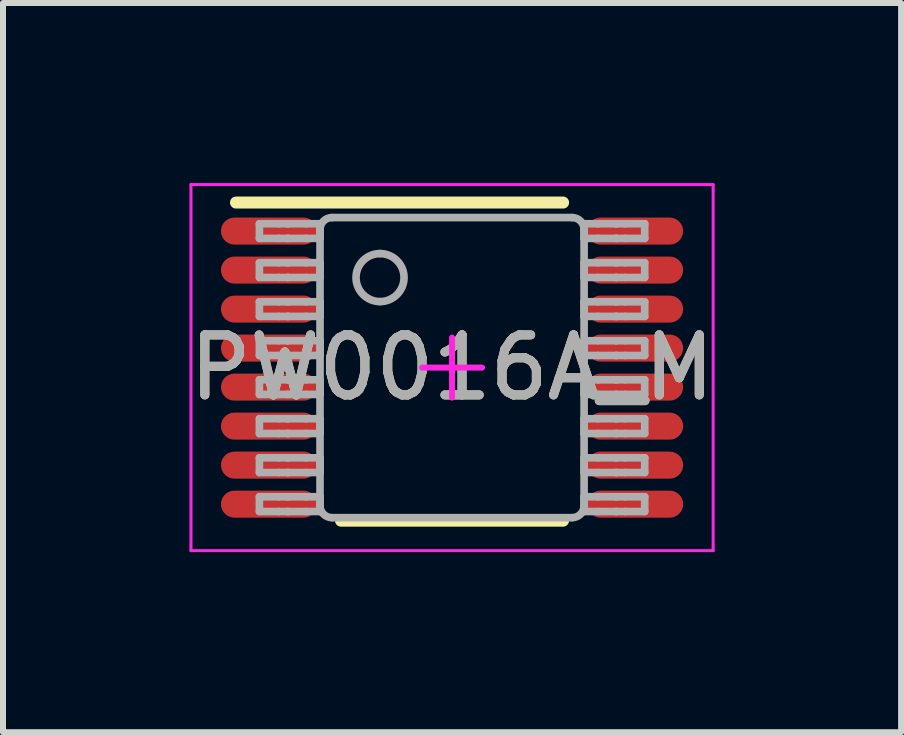
<source format=kicad_pcb>
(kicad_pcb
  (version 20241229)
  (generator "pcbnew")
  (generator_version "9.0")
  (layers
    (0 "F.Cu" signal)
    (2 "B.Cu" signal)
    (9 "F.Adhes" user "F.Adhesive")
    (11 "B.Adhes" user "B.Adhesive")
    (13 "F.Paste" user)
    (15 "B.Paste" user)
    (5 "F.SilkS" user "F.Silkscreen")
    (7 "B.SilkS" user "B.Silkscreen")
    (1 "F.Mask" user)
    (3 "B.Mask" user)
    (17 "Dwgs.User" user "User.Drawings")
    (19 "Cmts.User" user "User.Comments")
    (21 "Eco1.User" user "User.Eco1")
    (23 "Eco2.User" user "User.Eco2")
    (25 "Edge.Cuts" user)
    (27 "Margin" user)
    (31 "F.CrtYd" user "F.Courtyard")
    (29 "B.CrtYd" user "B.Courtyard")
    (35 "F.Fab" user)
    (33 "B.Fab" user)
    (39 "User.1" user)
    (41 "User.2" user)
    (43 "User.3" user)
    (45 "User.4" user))
  (footprint "PW0016A_M"
    (layer "F.Cu")
    (at 4.482 3.075)
    (property "Reference" "PW0016A_M" (at 0 0 0) (unlocked yes) (layer "F.SilkS") (effects (font (size 1 1) (thickness 0.15))))
    (attr smd)
    (fp_line (start -3.6 -2.75) (end 1.85 -2.75) (stroke (width 0.2) (type solid)) (layer "F.SilkS"))
    (fp_line (start -1.85 2.55) (end 1.85 2.55) (stroke (width 0.2) (type solid)) (layer "F.SilkS"))
    (fp_line (start -4.35 -3.05) (end 4.35 -3.05) (stroke (width 0.05) (type solid)) (layer "F.CrtYd"))
    (fp_line (start -4.35 3.05) (end -4.35 -3.05) (stroke (width 0.05) (type solid)) (layer "F.CrtYd"))
    (fp_line (start -4.35 3.05) (end 4.35 3.05) (stroke (width 0.05) (type solid)) (layer "F.CrtYd"))
    (fp_line (start -0.5 0) (end 0.5 0) (stroke (width 0.1) (type solid)) (layer "F.CrtYd"))
    (fp_line (start -0.000003 0.5) (end -0.000003 -0.5) (stroke (width 0.1) (type solid)) (layer "F.CrtYd"))
    (fp_line (start 4.35 3.05) (end 4.35 -3.05) (stroke (width 0.05) (type solid)) (layer "F.CrtYd"))
    (fp_line (start -3.21 -2.397) (end -2.887 -2.397) (stroke (width 0.127) (type solid)) (layer "F.Fab"))
    (fp_line (start -3.21 -2.153) (end -3.21 -2.397) (stroke (width 0.127) (type solid)) (layer "F.Fab"))
    (fp_line (start -3.21 -2.153) (end -2.887 -2.153) (stroke (width 0.127) (type solid)) (layer "F.Fab"))
    (fp_line (start -3.21 -1.748) (end -2.887 -1.748) (stroke (width 0.127) (type solid)) (layer "F.Fab"))
    (fp_line (start -3.21 -1.502) (end -3.21 -1.748) (stroke (width 0.127) (type solid)) (layer "F.Fab"))
    (fp_line (start -3.21 -1.502) (end -2.887 -1.502) (stroke (width 0.127) (type solid)) (layer "F.Fab"))
    (fp_line (start -3.21 -1.097) (end -2.887 -1.097) (stroke (width 0.127) (type solid)) (layer "F.Fab"))
    (fp_line (start -3.21 -0.853) (end -3.21 -1.097) (stroke (width 0.127) (type solid)) (layer "F.Fab"))
    (fp_line (start -3.21 -0.853) (end -2.887 -0.853) (stroke (width 0.127) (type solid)) (layer "F.Fab"))
    (fp_line (start -3.21 -0.448) (end -2.887 -0.448) (stroke (width 0.127) (type solid)) (layer "F.Fab"))
    (fp_line (start -3.21 -0.202) (end -3.21 -0.448) (stroke (width 0.127) (type solid)) (layer "F.Fab"))
    (fp_line (start -3.21 -0.202) (end -2.887 -0.202) (stroke (width 0.127) (type solid)) (layer "F.Fab"))
    (fp_line (start -3.21 0.203) (end -2.887 0.203) (stroke (width 0.127) (type solid)) (layer "F.Fab"))
    (fp_line (start -3.21 0.447) (end -3.21 0.203) (stroke (width 0.127) (type solid)) (layer "F.Fab"))
    (fp_line (start -3.21 0.447) (end -2.887 0.447) (stroke (width 0.127) (type solid)) (layer "F.Fab"))
    (fp_line (start -3.21 0.852) (end -2.887 0.852) (stroke (width 0.127) (type solid)) (layer "F.Fab"))
    (fp_line (start -3.21 1.098) (end -3.21 0.852) (stroke (width 0.127) (type solid)) (layer "F.Fab"))
    (fp_line (start -3.21 1.098) (end -2.887 1.098) (stroke (width 0.127) (type solid)) (layer "F.Fab"))
    (fp_line (start -3.21 1.503) (end -2.887 1.503) (stroke (width 0.127) (type solid)) (layer "F.Fab"))
    (fp_line (start -3.21 1.748) (end -3.21 1.503) (stroke (width 0.127) (type solid)) (layer "F.Fab"))
    (fp_line (start -3.21 1.748) (end -2.887 1.748) (stroke (width 0.127) (type solid)) (layer "F.Fab"))
    (fp_line (start -3.21 2.152) (end -2.887 2.152) (stroke (width 0.127) (type solid)) (layer "F.Fab"))
    (fp_line (start -3.21 2.398) (end -3.21 2.152) (stroke (width 0.127) (type solid)) (layer "F.Fab"))
    (fp_line (start -3.21 2.398) (end -2.887 2.398) (stroke (width 0.127) (type solid)) (layer "F.Fab"))
    (fp_line (start -2.887 -2.397) (end -2.739 -2.397) (stroke (width 0.127) (type solid)) (layer "F.Fab"))
    (fp_line (start -2.887 -2.153) (end -2.739 -2.153) (stroke (width 0.127) (type solid)) (layer "F.Fab"))
    (fp_line (start -2.887 -1.748) (end -2.739 -1.748) (stroke (width 0.127) (type solid)) (layer "F.Fab"))
    (fp_line (start -2.887 -1.502) (end -2.739 -1.502) (stroke (width 0.127) (type solid)) (layer "F.Fab"))
    (fp_line (start -2.887 -1.097) (end -2.739 -1.097) (stroke (width 0.127) (type solid)) (layer "F.Fab"))
    (fp_line (start -2.887 -0.853) (end -2.739 -0.853) (stroke (width 0.127) (type solid)) (layer "F.Fab"))
    (fp_line (start -2.887 -0.448) (end -2.739 -0.448) (stroke (width 0.127) (type solid)) (layer "F.Fab"))
    (fp_line (start -2.887 -0.202) (end -2.739 -0.202) (stroke (width 0.127) (type solid)) (layer "F.Fab"))
    (fp_line (start -2.887 0.203) (end -2.739 0.203) (stroke (width 0.127) (type solid)) (layer "F.Fab"))
    (fp_line (start -2.887 0.447) (end -2.739 0.447) (stroke (width 0.127) (type solid)) (layer "F.Fab"))
    (fp_line (start -2.887 0.852) (end -2.739 0.852) (stroke (width 0.127) (type solid)) (layer "F.Fab"))
    (fp_line (start -2.887 1.098) (end -2.739 1.098) (stroke (width 0.127) (type solid)) (layer "F.Fab"))
    (fp_line (start -2.887 1.503) (end -2.739 1.503) (stroke (width 0.127) (type solid)) (layer "F.Fab"))
    (fp_line (start -2.887 1.748) (end -2.739 1.748) (stroke (width 0.127) (type solid)) (layer "F.Fab"))
    (fp_line (start -2.887 2.152) (end -2.739 2.152) (stroke (width 0.127) (type solid)) (layer "F.Fab"))
    (fp_line (start -2.887 2.398) (end -2.739 2.398) (stroke (width 0.127) (type solid)) (layer "F.Fab"))
    (fp_line (start -2.739 -2.397) (end -2.733 -2.397) (stroke (width 0.127) (type solid)) (layer "F.Fab"))
    (fp_line (start -2.739 -2.153) (end -2.733 -2.153) (stroke (width 0.127) (type solid)) (layer "F.Fab"))
    (fp_line (start -2.739 -1.748) (end -2.733 -1.748) (stroke (width 0.127) (type solid)) (layer "F.Fab"))
    (fp_line (start -2.739 -1.502) (end -2.733 -1.502) (stroke (width 0.127) (type solid)) (layer "F.Fab"))
    (fp_line (start -2.739 -1.097) (end -2.733 -1.097) (stroke (width 0.127) (type solid)) (layer "F.Fab"))
    (fp_line (start -2.739 -0.853) (end -2.733 -0.853) (stroke (width 0.127) (type solid)) (layer "F.Fab"))
    (fp_line (start -2.739 -0.448) (end -2.733 -0.448) (stroke (width 0.127) (type solid)) (layer "F.Fab"))
    (fp_line (start -2.739 -0.202) (end -2.733 -0.202) (stroke (width 0.127) (type solid)) (layer "F.Fab"))
    (fp_line (start -2.739 0.203) (end -2.733 0.203) (stroke (width 0.127) (type solid)) (layer "F.Fab"))
    (fp_line (start -2.739 0.447) (end -2.733 0.447) (stroke (width 0.127) (type solid)) (layer "F.Fab"))
    (fp_line (start -2.739 0.852) (end -2.733 0.852) (stroke (width 0.127) (type solid)) (layer "F.Fab"))
    (fp_line (start -2.739 1.098) (end -2.733 1.098) (stroke (width 0.127) (type solid)) (layer "F.Fab"))
    (fp_line (start -2.739 1.503) (end -2.733 1.503) (stroke (width 0.127) (type solid)) (layer "F.Fab"))
    (fp_line (start -2.739 1.748) (end -2.733 1.748) (stroke (width 0.127) (type solid)) (layer "F.Fab"))
    (fp_line (start -2.739 2.152) (end -2.733 2.152) (stroke (width 0.127) (type solid)) (layer "F.Fab"))
    (fp_line (start -2.739 2.398) (end -2.733 2.398) (stroke (width 0.127) (type solid)) (layer "F.Fab"))
    (fp_line (start -2.733 -2.397) (end -2.431 -2.397) (stroke (width 0.127) (type solid)) (layer "F.Fab"))
    (fp_line (start -2.733 -2.153) (end -2.431 -2.153) (stroke (width 0.127) (type solid)) (layer "F.Fab"))
    (fp_line (start -2.733 -1.748) (end -2.431 -1.748) (stroke (width 0.127) (type solid)) (layer "F.Fab"))
    (fp_line (start -2.733 -1.502) (end -2.431 -1.502) (stroke (width 0.127) (type solid)) (layer "F.Fab"))
    (fp_line (start -2.733 -1.097) (end -2.431 -1.097) (stroke (width 0.127) (type solid)) (layer "F.Fab"))
    (fp_line (start -2.733 -0.853) (end -2.431 -0.853) (stroke (width 0.127) (type solid)) (layer "F.Fab"))
    (fp_line (start -2.733 -0.448) (end -2.431 -0.448) (stroke (width 0.127) (type solid)) (layer "F.Fab"))
    (fp_line (start -2.733 -0.202) (end -2.431 -0.202) (stroke (width 0.127) (type solid)) (layer "F.Fab"))
    (fp_line (start -2.733 0.203) (end -2.431 0.203) (stroke (width 0.127) (type solid)) (layer "F.Fab"))
    (fp_line (start -2.733 0.447) (end -2.431 0.447) (stroke (width 0.127) (type solid)) (layer "F.Fab"))
    (fp_line (start -2.733 0.852) (end -2.431 0.852) (stroke (width 0.127) (type solid)) (layer "F.Fab"))
    (fp_line (start -2.733 1.098) (end -2.431 1.098) (stroke (width 0.127) (type solid)) (layer "F.Fab"))
    (fp_line (start -2.733 1.503) (end -2.431 1.503) (stroke (width 0.127) (type solid)) (layer "F.Fab"))
    (fp_line (start -2.733 1.748) (end -2.431 1.748) (stroke (width 0.127) (type solid)) (layer "F.Fab"))
    (fp_line (start -2.733 2.152) (end -2.431 2.152) (stroke (width 0.127) (type solid)) (layer "F.Fab"))
    (fp_line (start -2.733 2.398) (end -2.431 2.398) (stroke (width 0.127) (type solid)) (layer "F.Fab"))
    (fp_line (start -2.431 -2.397) (end -2.2 -2.397) (stroke (width 0.127) (type solid)) (layer "F.Fab"))
    (fp_line (start -2.431 -2.153) (end -2.2 -2.153) (stroke (width 0.127) (type solid)) (layer "F.Fab"))
    (fp_line (start -2.431 -1.748) (end -2.2 -1.748) (stroke (width 0.127) (type solid)) (layer "F.Fab"))
    (fp_line (start -2.431 -1.502) (end -2.2 -1.502) (stroke (width 0.127) (type solid)) (layer "F.Fab"))
    (fp_line (start -2.431 -1.097) (end -2.2 -1.097) (stroke (width 0.127) (type solid)) (layer "F.Fab"))
    (fp_line (start -2.431 -0.853) (end -2.2 -0.853) (stroke (width 0.127) (type solid)) (layer "F.Fab"))
    (fp_line (start -2.431 -0.448) (end -2.2 -0.448) (stroke (width 0.127) (type solid)) (layer "F.Fab"))
    (fp_line (start -2.431 -0.202) (end -2.2 -0.202) (stroke (width 0.127) (type solid)) (layer "F.Fab"))
    (fp_line (start -2.431 0.203) (end -2.2 0.203) (stroke (width 0.127) (type solid)) (layer "F.Fab"))
    (fp_line (start -2.431 0.447) (end -2.2 0.447) (stroke (width 0.127) (type solid)) (layer "F.Fab"))
    (fp_line (start -2.431 0.852) (end -2.2 0.852) (stroke (width 0.127) (type solid)) (layer "F.Fab"))
    (fp_line (start -2.431 1.098) (end -2.2 1.098) (stroke (width 0.127) (type solid)) (layer "F.Fab"))
    (fp_line (start -2.431 1.503) (end -2.2 1.503) (stroke (width 0.127) (type solid)) (layer "F.Fab"))
    (fp_line (start -2.431 1.748) (end -2.2 1.748) (stroke (width 0.127) (type solid)) (layer "F.Fab"))
    (fp_line (start -2.431 2.152) (end -2.2 2.152) (stroke (width 0.127) (type solid)) (layer "F.Fab"))
    (fp_line (start -2.431 2.398) (end -2.2 2.398) (stroke (width 0.127) (type solid)) (layer "F.Fab"))
    (fp_line (start -2.2 -2.153) (end -2.2 -2.397) (stroke (width 0.127) (type solid)) (layer "F.Fab"))
    (fp_line (start -2.2 -1.502) (end -2.2 -1.748) (stroke (width 0.127) (type solid)) (layer "F.Fab"))
    (fp_line (start -2.2 -0.853) (end -2.2 -1.097) (stroke (width 0.127) (type solid)) (layer "F.Fab"))
    (fp_line (start -2.2 -0.202) (end -2.2 -0.448) (stroke (width 0.127) (type solid)) (layer "F.Fab"))
    (fp_line (start -2.2 0.447) (end -2.2 0.203) (stroke (width 0.127) (type solid)) (layer "F.Fab"))
    (fp_line (start -2.2 1.098) (end -2.2 0.852) (stroke (width 0.127) (type solid)) (layer "F.Fab"))
    (fp_line (start -2.2 1.748) (end -2.2 1.503) (stroke (width 0.127) (type solid)) (layer "F.Fab"))
    (fp_line (start -2.2 2.3) (end -2.2 -2.3) (stroke (width 0.127) (type solid)) (layer "F.Fab"))
    (fp_line (start -2.2 2.398) (end -2.2 2.152) (stroke (width 0.127) (type solid)) (layer "F.Fab"))
    (fp_line (start -2 -2.5) (end 2 -2.5) (stroke (width 0.127) (type solid)) (layer "F.Fab"))
    (fp_line (start -2 2.5) (end 2 2.5) (stroke (width 0.127) (type solid)) (layer "F.Fab"))
    (fp_line (start 2.2 -2.397) (end 2.43 -2.397) (stroke (width 0.127) (type solid)) (layer "F.Fab"))
    (fp_line (start 2.2 -2.153) (end 2.2 -2.397) (stroke (width 0.127) (type solid)) (layer "F.Fab"))
    (fp_line (start 2.2 -2.153) (end 2.43 -2.153) (stroke (width 0.127) (type solid)) (layer "F.Fab"))
    (fp_line (start 2.2 -1.748) (end 2.43 -1.748) (stroke (width 0.127) (type solid)) (layer "F.Fab"))
    (fp_line (start 2.2 -1.502) (end 2.2 -1.748) (stroke (width 0.127) (type solid)) (layer "F.Fab"))
    (fp_line (start 2.2 -1.502) (end 2.43 -1.502) (stroke (width 0.127) (type solid)) (layer "F.Fab"))
    (fp_line (start 2.2 -1.097) (end 2.43 -1.097) (stroke (width 0.127) (type solid)) (layer "F.Fab"))
    (fp_line (start 2.2 -0.853) (end 2.2 -1.097) (stroke (width 0.127) (type solid)) (layer "F.Fab"))
    (fp_line (start 2.2 -0.853) (end 2.43 -0.853) (stroke (width 0.127) (type solid)) (layer "F.Fab"))
    (fp_line (start 2.2 -0.448) (end 2.43 -0.448) (stroke (width 0.127) (type solid)) (layer "F.Fab"))
    (fp_line (start 2.2 -0.202) (end 2.2 -0.448) (stroke (width 0.127) (type solid)) (layer "F.Fab"))
    (fp_line (start 2.2 -0.202) (end 2.43 -0.202) (stroke (width 0.127) (type solid)) (layer "F.Fab"))
    (fp_line (start 2.2 0.203) (end 2.43 0.203) (stroke (width 0.127) (type solid)) (layer "F.Fab"))
    (fp_line (start 2.2 0.447) (end 2.2 0.203) (stroke (width 0.127) (type solid)) (layer "F.Fab"))
    (fp_line (start 2.2 0.447) (end 2.43 0.447) (stroke (width 0.127) (type solid)) (layer "F.Fab"))
    (fp_line (start 2.2 0.852) (end 2.43 0.852) (stroke (width 0.127) (type solid)) (layer "F.Fab"))
    (fp_line (start 2.2 1.098) (end 2.2 0.852) (stroke (width 0.127) (type solid)) (layer "F.Fab"))
    (fp_line (start 2.2 1.098) (end 2.43 1.098) (stroke (width 0.127) (type solid)) (layer "F.Fab"))
    (fp_line (start 2.2 1.503) (end 2.43 1.503) (stroke (width 0.127) (type solid)) (layer "F.Fab"))
    (fp_line (start 2.2 1.748) (end 2.2 1.503) (stroke (width 0.127) (type solid)) (layer "F.Fab"))
    (fp_line (start 2.2 1.748) (end 2.43 1.748) (stroke (width 0.127) (type solid)) (layer "F.Fab"))
    (fp_line (start 2.2 2.152) (end 2.43 2.152) (stroke (width 0.127) (type solid)) (layer "F.Fab"))
    (fp_line (start 2.2 2.3) (end 2.2 -2.3) (stroke (width 0.127) (type solid)) (layer "F.Fab"))
    (fp_line (start 2.2 2.398) (end 2.2 2.152) (stroke (width 0.127) (type solid)) (layer "F.Fab"))
    (fp_line (start 2.2 2.398) (end 2.43 2.398) (stroke (width 0.127) (type solid)) (layer "F.Fab"))
    (fp_line (start 2.43 -2.397) (end 2.733 -2.397) (stroke (width 0.127) (type solid)) (layer "F.Fab"))
    (fp_line (start 2.43 -2.153) (end 2.733 -2.153) (stroke (width 0.127) (type solid)) (layer "F.Fab"))
    (fp_line (start 2.43 -1.748) (end 2.733 -1.748) (stroke (width 0.127) (type solid)) (layer "F.Fab"))
    (fp_line (start 2.43 -1.502) (end 2.733 -1.502) (stroke (width 0.127) (type solid)) (layer "F.Fab"))
    (fp_line (start 2.43 -1.097) (end 2.733 -1.097) (stroke (width 0.127) (type solid)) (layer "F.Fab"))
    (fp_line (start 2.43 -0.853) (end 2.733 -0.853) (stroke (width 0.127) (type solid)) (layer "F.Fab"))
    (fp_line (start 2.43 -0.448) (end 2.733 -0.448) (stroke (width 0.127) (type solid)) (layer "F.Fab"))
    (fp_line (start 2.43 -0.202) (end 2.733 -0.202) (stroke (width 0.127) (type solid)) (layer "F.Fab"))
    (fp_line (start 2.43 0.203) (end 2.733 0.203) (stroke (width 0.127) (type solid)) (layer "F.Fab"))
    (fp_line (start 2.43 0.447) (end 2.733 0.447) (stroke (width 0.127) (type solid)) (layer "F.Fab"))
    (fp_line (start 2.43 0.852) (end 2.733 0.852) (stroke (width 0.127) (type solid)) (layer "F.Fab"))
    (fp_line (start 2.43 1.098) (end 2.733 1.098) (stroke (width 0.127) (type solid)) (layer "F.Fab"))
    (fp_line (start 2.43 1.503) (end 2.733 1.503) (stroke (width 0.127) (type solid)) (layer "F.Fab"))
    (fp_line (start 2.43 1.748) (end 2.733 1.748) (stroke (width 0.127) (type solid)) (layer "F.Fab"))
    (fp_line (start 2.43 2.152) (end 2.733 2.152) (stroke (width 0.127) (type solid)) (layer "F.Fab"))
    (fp_line (start 2.43 2.398) (end 2.733 2.398) (stroke (width 0.127) (type solid)) (layer "F.Fab"))
    (fp_line (start 2.733 -2.397) (end 2.739 -2.397) (stroke (width 0.127) (type solid)) (layer "F.Fab"))
    (fp_line (start 2.733 -2.153) (end 2.739 -2.153) (stroke (width 0.127) (type solid)) (layer "F.Fab"))
    (fp_line (start 2.733 -1.748) (end 2.739 -1.748) (stroke (width 0.127) (type solid)) (layer "F.Fab"))
    (fp_line (start 2.733 -1.502) (end 2.739 -1.502) (stroke (width 0.127) (type solid)) (layer "F.Fab"))
    (fp_line (start 2.733 -1.097) (end 2.739 -1.097) (stroke (width 0.127) (type solid)) (layer "F.Fab"))
    (fp_line (start 2.733 -0.853) (end 2.739 -0.853) (stroke (width 0.127) (type solid)) (layer "F.Fab"))
    (fp_line (start 2.733 -0.448) (end 2.739 -0.448) (stroke (width 0.127) (type solid)) (layer "F.Fab"))
    (fp_line (start 2.733 -0.202) (end 2.739 -0.202) (stroke (width 0.127) (type solid)) (layer "F.Fab"))
    (fp_line (start 2.733 0.203) (end 2.739 0.203) (stroke (width 0.127) (type solid)) (layer "F.Fab"))
    (fp_line (start 2.733 0.447) (end 2.739 0.447) (stroke (width 0.127) (type solid)) (layer "F.Fab"))
    (fp_line (start 2.733 0.852) (end 2.739 0.852) (stroke (width 0.127) (type solid)) (layer "F.Fab"))
    (fp_line (start 2.733 1.098) (end 2.739 1.098) (stroke (width 0.127) (type solid)) (layer "F.Fab"))
    (fp_line (start 2.733 1.503) (end 2.739 1.503) (stroke (width 0.127) (type solid)) (layer "F.Fab"))
    (fp_line (start 2.733 1.748) (end 2.739 1.748) (stroke (width 0.127) (type solid)) (layer "F.Fab"))
    (fp_line (start 2.733 2.152) (end 2.739 2.152) (stroke (width 0.127) (type solid)) (layer "F.Fab"))
    (fp_line (start 2.733 2.398) (end 2.739 2.398) (stroke (width 0.127) (type solid)) (layer "F.Fab"))
    (fp_line (start 2.739 -2.397) (end 2.887 -2.397) (stroke (width 0.127) (type solid)) (layer "F.Fab"))
    (fp_line (start 2.739 -2.153) (end 2.887 -2.153) (stroke (width 0.127) (type solid)) (layer "F.Fab"))
    (fp_line (start 2.739 -1.748) (end 2.887 -1.748) (stroke (width 0.127) (type solid)) (layer "F.Fab"))
    (fp_line (start 2.739 -1.502) (end 2.887 -1.502) (stroke (width 0.127) (type solid)) (layer "F.Fab"))
    (fp_line (start 2.739 -1.097) (end 2.887 -1.097) (stroke (width 0.127) (type solid)) (layer "F.Fab"))
    (fp_line (start 2.739 -0.853) (end 2.887 -0.853) (stroke (width 0.127) (type solid)) (layer "F.Fab"))
    (fp_line (start 2.739 -0.448) (end 2.887 -0.448) (stroke (width 0.127) (type solid)) (layer "F.Fab"))
    (fp_line (start 2.739 -0.202) (end 2.887 -0.202) (stroke (width 0.127) (type solid)) (layer "F.Fab"))
    (fp_line (start 2.739 0.203) (end 2.887 0.203) (stroke (width 0.127) (type solid)) (layer "F.Fab"))
    (fp_line (start 2.739 0.447) (end 2.887 0.447) (stroke (width 0.127) (type solid)) (layer "F.Fab"))
    (fp_line (start 2.739 0.852) (end 2.887 0.852) (stroke (width 0.127) (type solid)) (layer "F.Fab"))
    (fp_line (start 2.739 1.098) (end 2.887 1.098) (stroke (width 0.127) (type solid)) (layer "F.Fab"))
    (fp_line (start 2.739 1.503) (end 2.887 1.503) (stroke (width 0.127) (type solid)) (layer "F.Fab"))
    (fp_line (start 2.739 1.748) (end 2.887 1.748) (stroke (width 0.127) (type solid)) (layer "F.Fab"))
    (fp_line (start 2.739 2.152) (end 2.887 2.152) (stroke (width 0.127) (type solid)) (layer "F.Fab"))
    (fp_line (start 2.739 2.398) (end 2.887 2.398) (stroke (width 0.127) (type solid)) (layer "F.Fab"))
    (fp_line (start 2.887 -2.397) (end 3.21 -2.397) (stroke (width 0.127) (type solid)) (layer "F.Fab"))
    (fp_line (start 2.887 -2.153) (end 3.21 -2.153) (stroke (width 0.127) (type solid)) (layer "F.Fab"))
    (fp_line (start 2.887 -1.748) (end 3.21 -1.748) (stroke (width 0.127) (type solid)) (layer "F.Fab"))
    (fp_line (start 2.887 -1.502) (end 3.21 -1.502) (stroke (width 0.127) (type solid)) (layer "F.Fab"))
    (fp_line (start 2.887 -1.097) (end 3.21 -1.097) (stroke (width 0.127) (type solid)) (layer "F.Fab"))
    (fp_line (start 2.887 -0.853) (end 3.21 -0.853) (stroke (width 0.127) (type solid)) (layer "F.Fab"))
    (fp_line (start 2.887 -0.448) (end 3.21 -0.448) (stroke (width 0.127) (type solid)) (layer "F.Fab"))
    (fp_line (start 2.887 -0.202) (end 3.21 -0.202) (stroke (width 0.127) (type solid)) (layer "F.Fab"))
    (fp_line (start 2.887 0.203) (end 3.21 0.203) (stroke (width 0.127) (type solid)) (layer "F.Fab"))
    (fp_line (start 2.887 0.447) (end 3.21 0.447) (stroke (width 0.127) (type solid)) (layer "F.Fab"))
    (fp_line (start 2.887 0.852) (end 3.21 0.852) (stroke (width 0.127) (type solid)) (layer "F.Fab"))
    (fp_line (start 2.887 1.098) (end 3.21 1.098) (stroke (width 0.127) (type solid)) (layer "F.Fab"))
    (fp_line (start 2.887 1.503) (end 3.21 1.503) (stroke (width 0.127) (type solid)) (layer "F.Fab"))
    (fp_line (start 2.887 1.748) (end 3.21 1.748) (stroke (width 0.127) (type solid)) (layer "F.Fab"))
    (fp_line (start 2.887 2.152) (end 3.21 2.152) (stroke (width 0.127) (type solid)) (layer "F.Fab"))
    (fp_line (start 2.887 2.398) (end 3.21 2.398) (stroke (width 0.127) (type solid)) (layer "F.Fab"))
    (fp_line (start 3.21 -2.153) (end 3.21 -2.397) (stroke (width 0.127) (type solid)) (layer "F.Fab"))
    (fp_line (start 3.21 -1.502) (end 3.21 -1.748) (stroke (width 0.127) (type solid)) (layer "F.Fab"))
    (fp_line (start 3.21 -0.853) (end 3.21 -1.097) (stroke (width 0.127) (type solid)) (layer "F.Fab"))
    (fp_line (start 3.21 -0.202) (end 3.21 -0.448) (stroke (width 0.127) (type solid)) (layer "F.Fab"))
    (fp_line (start 3.21 0.447) (end 3.21 0.203) (stroke (width 0.127) (type solid)) (layer "F.Fab"))
    (fp_line (start 3.21 1.098) (end 3.21 0.852) (stroke (width 0.127) (type solid)) (layer "F.Fab"))
    (fp_line (start 3.21 1.748) (end 3.21 1.503) (stroke (width 0.127) (type solid)) (layer "F.Fab"))
    (fp_line (start 3.21 2.398) (end 3.21 2.152) (stroke (width 0.127) (type solid)) (layer "F.Fab"))
    (fp_arc (start -2.200001 -2.3) (mid -2.141422 -2.441421) (end -2.000001 -2.5) (stroke (width 0.127) (type solid)) (layer "F.Fab"))
    (fp_arc (start -2.000001 2.500015) (mid -2.141422 2.441437) (end -2.200001 2.300016) (stroke (width 0.127) (type solid)) (layer "F.Fab"))
    (fp_arc (start -1.200003 -1.900001) (mid -0.800003 -1.500002) (end -1.200003 -1.100003) (stroke (width 0.127) (type solid)) (layer "F.Fab"))
    (fp_arc (start -1.200003 -1.100003) (mid -1.600002 -1.500002) (end -1.200003 -1.900001) (stroke (width 0.127) (type solid)) (layer "F.Fab"))
    (fp_arc (start 1.999991 -2.5) (mid 2.141412 -2.441422) (end 2.199991 -2.3) (stroke (width 0.127) (type solid)) (layer "F.Fab"))
    (fp_arc (start 2.199991 2.300016) (mid 2.141412 2.441437) (end 1.999991 2.500015) (stroke (width 0.127) (type solid)) (layer "F.Fab"))
    (fp_text user "${REFERENCE}" (at 0 0 0) (unlocked yes) (layer "F.Fab") (effects (font (size 1 1) (thickness 0.15))))
    (pad "1" smd oval (at -3.05 -2.275 90) (size 0.45 1.6) (layers "F.Cu" "F.Mask" "F.Paste"))
    (pad "2" smd oval (at -3.05 -1.625 90) (size 0.45 1.6) (layers "F.Cu" "F.Mask" "F.Paste"))
    (pad "3" smd oval (at -3.05 -0.975 90) (size 0.45 1.6) (layers "F.Cu" "F.Mask" "F.Paste"))
    (pad "4" smd oval (at -3.05 -0.325 90) (size 0.45 1.6) (layers "F.Cu" "F.Mask" "F.Paste"))
    (pad "5" smd oval (at -3.05 0.325 90) (size 0.45 1.6) (layers "F.Cu" "F.Mask" "F.Paste"))
    (pad "6" smd oval (at -3.05 0.975 90) (size 0.45 1.6) (layers "F.Cu" "F.Mask" "F.Paste"))
    (pad "7" smd oval (at -3.05 1.625 90) (size 0.45 1.6) (layers "F.Cu" "F.Mask" "F.Paste"))
    (pad "8" smd oval (at -3.05 2.275 90) (size 0.45 1.6) (layers "F.Cu" "F.Mask" "F.Paste"))
    (pad "9" smd oval (at 3.05 2.275 90) (size 0.45 1.6) (layers "F.Cu" "F.Mask" "F.Paste"))
    (pad "10" smd oval (at 3.05 1.625 90) (size 0.45 1.6) (layers "F.Cu" "F.Mask" "F.Paste"))
    (pad "11" smd oval (at 3.05 0.975 90) (size 0.45 1.6) (layers "F.Cu" "F.Mask" "F.Paste"))
    (pad "12" smd oval (at 3.05 0.325 90) (size 0.45 1.6) (layers "F.Cu" "F.Mask" "F.Paste"))
    (pad "13" smd oval (at 3.05 -0.325 90) (size 0.45 1.6) (layers "F.Cu" "F.Mask" "F.Paste"))
    (pad "14" smd oval (at 3.05 -0.975 90) (size 0.45 1.6) (layers "F.Cu" "F.Mask" "F.Paste"))
    (pad "15" smd oval (at 3.05 -1.625 90) (size 0.45 1.6) (layers "F.Cu" "F.Mask" "F.Paste"))
    (pad "16" smd oval (at 3.05 -2.275 90) (size 0.45 1.6) (layers "F.Cu" "F.Mask" "F.Paste")))
  (gr_rect
    (start -3 -3)
    (end 11.964 9.15)
    (stroke (width 0.1) (type default))
    (fill no)
    (layer "Edge.Cuts")))
</source>
